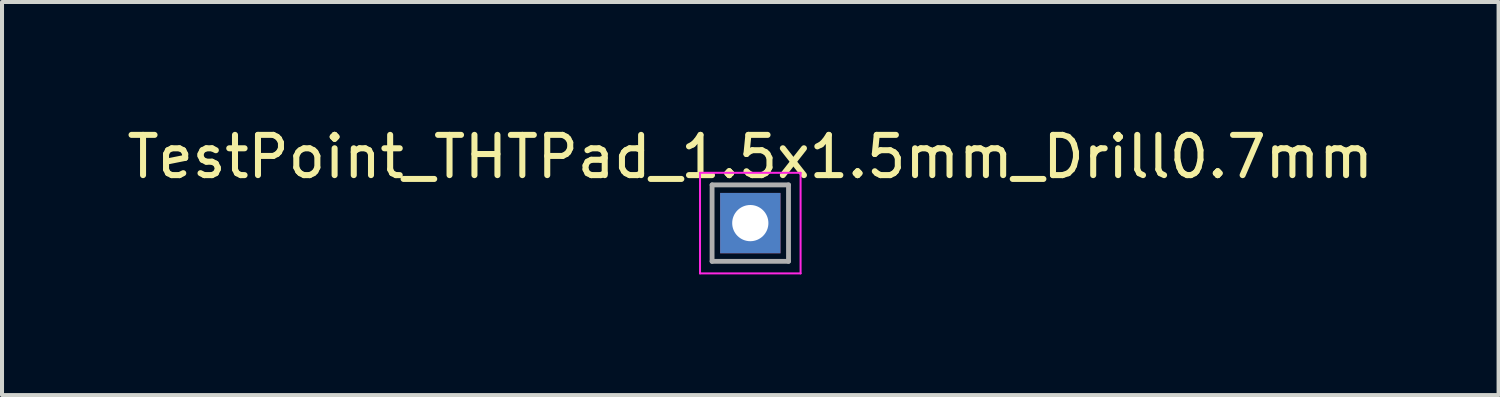
<source format=kicad_pcb>
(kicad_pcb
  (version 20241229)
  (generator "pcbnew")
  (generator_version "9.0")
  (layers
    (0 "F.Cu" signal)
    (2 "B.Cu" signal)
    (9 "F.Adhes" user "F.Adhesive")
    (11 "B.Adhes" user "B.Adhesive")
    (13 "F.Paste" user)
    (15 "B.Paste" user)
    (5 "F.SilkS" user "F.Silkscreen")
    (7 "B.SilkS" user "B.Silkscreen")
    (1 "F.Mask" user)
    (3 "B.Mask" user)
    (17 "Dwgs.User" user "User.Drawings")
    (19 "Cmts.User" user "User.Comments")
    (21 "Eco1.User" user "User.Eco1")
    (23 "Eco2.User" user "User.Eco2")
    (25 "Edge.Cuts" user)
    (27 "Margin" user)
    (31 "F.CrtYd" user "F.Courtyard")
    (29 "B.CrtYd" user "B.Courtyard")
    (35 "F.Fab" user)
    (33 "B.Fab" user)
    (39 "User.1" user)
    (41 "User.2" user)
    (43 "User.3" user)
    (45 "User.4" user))
  (footprint "TestPoint_THTPad_1.5x1.5mm_Drill0.7mm"
    (layer "F.Cu")
    (at 15.601 2.496)
    (property "Reference" "TestPoint_THTPad_1.5x1.5mm_Drill0.7mm" (at 0 -1.648 0) (layer "F.SilkS") (effects (font (size 1 1) (thickness 0.15))))
    (attr exclude_from_pos_files)
    (fp_line (start -1.25 -1.25) (end -1.25 1.25) (stroke (width 0.05) (type solid)) (layer "F.CrtYd"))
    (fp_line (start -1.25 -1.25) (end 1.25 -1.25) (stroke (width 0.05) (type solid)) (layer "F.CrtYd"))
    (fp_line (start 1.25 1.25) (end -1.25 1.25) (stroke (width 0.05) (type solid)) (layer "F.CrtYd"))
    (fp_line (start 1.25 1.25) (end 1.25 -1.25) (stroke (width 0.05) (type solid)) (layer "F.CrtYd"))
    (fp_line (start -0.95 -0.95) (end 0.95 -0.95) (stroke (width 0.12) (type solid)) (layer "F.Fab"))
    (fp_line (start -0.95 0.95) (end -0.95 -0.95) (stroke (width 0.12) (type solid)) (layer "F.Fab"))
    (fp_line (start 0.95 -0.95) (end 0.95 0.95) (stroke (width 0.12) (type solid)) (layer "F.Fab"))
    (fp_line (start 0.95 0.95) (end -0.95 0.95) (stroke (width 0.12) (type solid)) (layer "F.Fab"))
    (pad "1" thru_hole rect (at 0 0) (size 1.5 1.5) (drill 0.9) (layers "*.Cu" "*.Mask")))
  (gr_rect
    (start -3 -3)
    (end 34.202 6.771)
    (stroke (width 0.1) (type default))
    (fill no)
    (layer "Edge.Cuts")))
</source>
